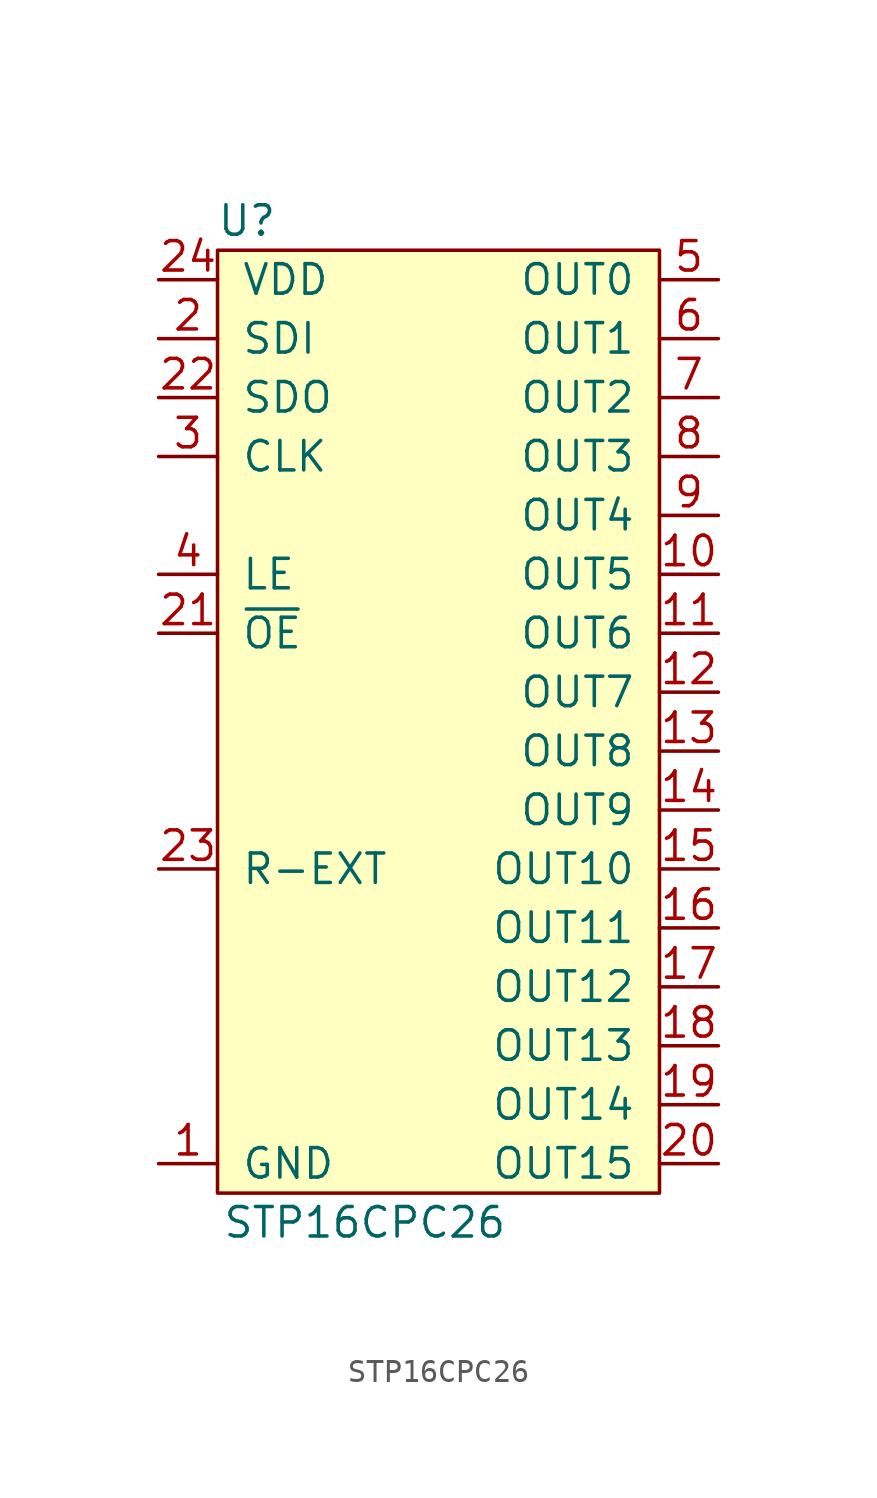
<source format=kicad_sym>
(kicad_symbol_lib
  (version 20231120)
  (generator "kicad_symbol_editor")
  (generator_version "8.0")
  (symbol "STP16CPC26"
    (pin_names
      (offset 1.016))
    (property "Reference" "U"
      (at -8.89 12.7 0)
      (effects (font (size 1.27 1.27))))
    (property "Value" "STP16CPC26"
      (at -3.81 -30.48 0)
      (effects (font (size 1.27 1.27))))
    (symbol "STP16CPC26_0_1"
      (rectangle (start -10.16 11.43) (end 8.89 -29.21) (stroke (width 0) (type default)) (fill (type background))))
    (symbol "STP16CPC26_1_1"
      (pin power_in line (at -12.7 -27.94 0) (length 2.54) (name "GND" (effects (font (size 1.27 1.27)))) (number "1" (effects (font (size 1.27 1.27)))))
      (pin output line (at 11.43 -2.54 180) (length 2.54) (name "OUT5" (effects (font (size 1.27 1.27)))) (number "10" (effects (font (size 1.27 1.27)))))
      (pin output line (at 11.43 -5.08 180) (length 2.54) (name "OUT6" (effects (font (size 1.27 1.27)))) (number "11" (effects (font (size 1.27 1.27)))))
      (pin output line (at 11.43 -7.62 180) (length 2.54) (name "OUT7" (effects (font (size 1.27 1.27)))) (number "12" (effects (font (size 1.27 1.27)))))
      (pin output line (at 11.43 -10.16 180) (length 2.54) (name "OUT8" (effects (font (size 1.27 1.27)))) (number "13" (effects (font (size 1.27 1.27)))))
      (pin output line (at 11.43 -12.7 180) (length 2.54) (name "OUT9" (effects (font (size 1.27 1.27)))) (number "14" (effects (font (size 1.27 1.27)))))
      (pin output line (at 11.43 -15.24 180) (length 2.54) (name "OUT10" (effects (font (size 1.27 1.27)))) (number "15" (effects (font (size 1.27 1.27)))))
      (pin output line (at 11.43 -17.78 180) (length 2.54) (name "OUT11" (effects (font (size 1.27 1.27)))) (number "16" (effects (font (size 1.27 1.27)))))
      (pin output line (at 11.43 -20.32 180) (length 2.54) (name "OUT12" (effects (font (size 1.27 1.27)))) (number "17" (effects (font (size 1.27 1.27)))))
      (pin output line (at 11.43 -22.86 180) (length 2.54) (name "OUT13" (effects (font (size 1.27 1.27)))) (number "18" (effects (font (size 1.27 1.27)))))
      (pin output line (at 11.43 -25.4 180) (length 2.54) (name "OUT14" (effects (font (size 1.27 1.27)))) (number "19" (effects (font (size 1.27 1.27)))))
      (pin input line (at -12.7 7.62 0) (length 2.54) (name "SDI" (effects (font (size 1.27 1.27)))) (number "2" (effects (font (size 1.27 1.27)))))
      (pin output line (at 11.43 -27.94 180) (length 2.54) (name "OUT15" (effects (font (size 1.27 1.27)))) (number "20" (effects (font (size 1.27 1.27)))))
      (pin output line (at -12.7 -5.08 0) (length 2.54) (name "~{OE}" (effects (font (size 1.27 1.27)))) (number "21" (effects (font (size 1.27 1.27)))))
      (pin output line (at -12.7 5.08 0) (length 2.54) (name "SDO" (effects (font (size 1.27 1.27)))) (number "22" (effects (font (size 1.27 1.27)))))
      (pin output line (at -12.7 -15.24 0) (length 2.54) (name "R-EXT" (effects (font (size 1.27 1.27)))) (number "23" (effects (font (size 1.27 1.27)))))
      (pin output line (at -12.7 10.16 0) (length 2.54) (name "VDD" (effects (font (size 1.27 1.27)))) (number "24" (effects (font (size 1.27 1.27)))))
      (pin input line (at -12.7 2.54 0) (length 2.54) (name "CLK" (effects (font (size 1.27 1.27)))) (number "3" (effects (font (size 1.27 1.27)))))
      (pin input line (at -12.7 -2.54 0) (length 2.54) (name "LE" (effects (font (size 1.27 1.27)))) (number "4" (effects (font (size 1.27 1.27)))))
      (pin output line (at 11.43 10.16 180) (length 2.54) (name "OUT0" (effects (font (size 1.27 1.27)))) (number "5" (effects (font (size 1.27 1.27)))))
      (pin output line (at 11.43 7.62 180) (length 2.54) (name "OUT1" (effects (font (size 1.27 1.27)))) (number "6" (effects (font (size 1.27 1.27)))))
      (pin output line (at 11.43 5.08 180) (length 2.54) (name "OUT2" (effects (font (size 1.27 1.27)))) (number "7" (effects (font (size 1.27 1.27)))))
      (pin output line (at 11.43 2.54 180) (length 2.54) (name "OUT3" (effects (font (size 1.27 1.27)))) (number "8" (effects (font (size 1.27 1.27)))))
      (pin output line (at 11.43 0 180) (length 2.54) (name "OUT4" (effects (font (size 1.27 1.27)))) (number "9" (effects (font (size 1.27 1.27))))))))
</source>
